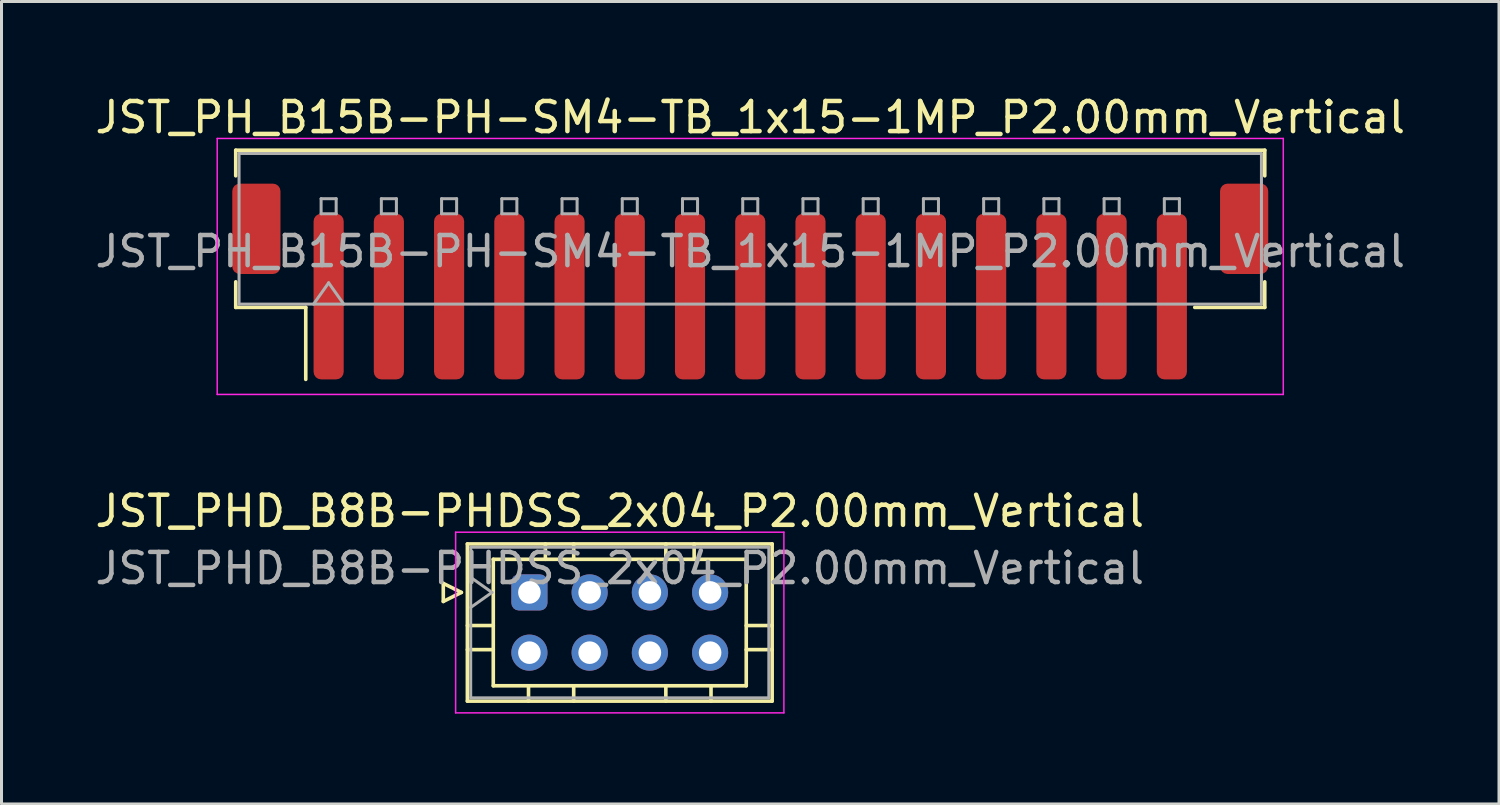
<source format=kicad_pcb>
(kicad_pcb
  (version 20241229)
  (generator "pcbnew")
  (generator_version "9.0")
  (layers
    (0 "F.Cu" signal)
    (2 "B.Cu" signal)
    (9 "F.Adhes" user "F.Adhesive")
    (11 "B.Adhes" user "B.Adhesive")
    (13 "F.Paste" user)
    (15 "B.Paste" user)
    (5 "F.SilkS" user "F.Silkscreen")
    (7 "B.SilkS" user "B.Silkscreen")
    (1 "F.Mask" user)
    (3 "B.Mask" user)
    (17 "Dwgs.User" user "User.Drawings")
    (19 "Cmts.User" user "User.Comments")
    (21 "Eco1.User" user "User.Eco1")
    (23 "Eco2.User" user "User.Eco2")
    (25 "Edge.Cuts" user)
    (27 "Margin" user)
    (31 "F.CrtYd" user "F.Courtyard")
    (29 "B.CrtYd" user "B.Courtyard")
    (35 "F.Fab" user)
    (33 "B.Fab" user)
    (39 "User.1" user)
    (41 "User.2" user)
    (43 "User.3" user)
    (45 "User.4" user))
  (footprint "JST_PH_B15B-PH-SM4-TB_1x15-1MP_P2.00mm_Vertical"
    (layer "F.Cu")
    (at 21.863 6.298)
    (property "Reference" "JST_PH_B15B-PH-SM4-TB_1x15-1MP_P2.00mm_Vertical" (at 0 -5.45 0) (layer "F.SilkS") (effects (font (size 1 1) (thickness 0.15))))
    (attr smd)
    (fp_line (start -17.085 -4.36) (end 17.085 -4.36) (stroke (width 0.12) (type solid)) (layer "F.SilkS"))
    (fp_line (start -17.085 -3.51) (end -17.085 -4.36) (stroke (width 0.12) (type solid)) (layer "F.SilkS"))
    (fp_line (start -17.085 0.01) (end -17.085 0.86) (stroke (width 0.12) (type solid)) (layer "F.SilkS"))
    (fp_line (start -17.085 0.86) (end -14.76 0.86) (stroke (width 0.12) (type solid)) (layer "F.SilkS"))
    (fp_line (start -14.76 0.86) (end -14.76 3.25) (stroke (width 0.12) (type solid)) (layer "F.SilkS"))
    (fp_line (start 17.085 -4.36) (end 17.085 -3.51) (stroke (width 0.12) (type solid)) (layer "F.SilkS"))
    (fp_line (start 17.085 0.01) (end 17.085 0.86) (stroke (width 0.12) (type solid)) (layer "F.SilkS"))
    (fp_line (start 17.085 0.86) (end 14.76 0.86) (stroke (width 0.12) (type solid)) (layer "F.SilkS"))
    (fp_line (start -17.7 -4.75) (end -17.7 3.75) (stroke (width 0.05) (type solid)) (layer "F.CrtYd"))
    (fp_line (start -17.7 3.75) (end 17.7 3.75) (stroke (width 0.05) (type solid)) (layer "F.CrtYd"))
    (fp_line (start 17.7 -4.75) (end -17.7 -4.75) (stroke (width 0.05) (type solid)) (layer "F.CrtYd"))
    (fp_line (start 17.7 3.75) (end 17.7 -4.75) (stroke (width 0.05) (type solid)) (layer "F.CrtYd"))
    (fp_line (start -16.975 -4.25) (end 16.975 -4.25) (stroke (width 0.1) (type solid)) (layer "F.Fab"))
    (fp_line (start -16.975 0.75) (end -16.975 -4.25) (stroke (width 0.1) (type solid)) (layer "F.Fab"))
    (fp_line (start -16.975 0.75) (end 16.975 0.75) (stroke (width 0.1) (type solid)) (layer "F.Fab"))
    (fp_line (start -14.5 0.75) (end -14 0.043) (stroke (width 0.1) (type solid)) (layer "F.Fab"))
    (fp_line (start -14.25 -2.75) (end -14.25 -2.25) (stroke (width 0.1) (type solid)) (layer "F.Fab"))
    (fp_line (start -14.25 -2.25) (end -13.75 -2.25) (stroke (width 0.1) (type solid)) (layer "F.Fab"))
    (fp_line (start -14 0.043) (end -13.5 0.75) (stroke (width 0.1) (type solid)) (layer "F.Fab"))
    (fp_line (start -13.75 -2.75) (end -14.25 -2.75) (stroke (width 0.1) (type solid)) (layer "F.Fab"))
    (fp_line (start -13.75 -2.25) (end -13.75 -2.75) (stroke (width 0.1) (type solid)) (layer "F.Fab"))
    (fp_line (start -12.25 -2.75) (end -12.25 -2.25) (stroke (width 0.1) (type solid)) (layer "F.Fab"))
    (fp_line (start -12.25 -2.25) (end -11.75 -2.25) (stroke (width 0.1) (type solid)) (layer "F.Fab"))
    (fp_line (start -11.75 -2.75) (end -12.25 -2.75) (stroke (width 0.1) (type solid)) (layer "F.Fab"))
    (fp_line (start -11.75 -2.25) (end -11.75 -2.75) (stroke (width 0.1) (type solid)) (layer "F.Fab"))
    (fp_line (start -10.25 -2.75) (end -10.25 -2.25) (stroke (width 0.1) (type solid)) (layer "F.Fab"))
    (fp_line (start -10.25 -2.25) (end -9.75 -2.25) (stroke (width 0.1) (type solid)) (layer "F.Fab"))
    (fp_line (start -9.75 -2.75) (end -10.25 -2.75) (stroke (width 0.1) (type solid)) (layer "F.Fab"))
    (fp_line (start -9.75 -2.25) (end -9.75 -2.75) (stroke (width 0.1) (type solid)) (layer "F.Fab"))
    (fp_line (start -8.25 -2.75) (end -8.25 -2.25) (stroke (width 0.1) (type solid)) (layer "F.Fab"))
    (fp_line (start -8.25 -2.25) (end -7.75 -2.25) (stroke (width 0.1) (type solid)) (layer "F.Fab"))
    (fp_line (start -7.75 -2.75) (end -8.25 -2.75) (stroke (width 0.1) (type solid)) (layer "F.Fab"))
    (fp_line (start -7.75 -2.25) (end -7.75 -2.75) (stroke (width 0.1) (type solid)) (layer "F.Fab"))
    (fp_line (start -6.25 -2.75) (end -6.25 -2.25) (stroke (width 0.1) (type solid)) (layer "F.Fab"))
    (fp_line (start -6.25 -2.25) (end -5.75 -2.25) (stroke (width 0.1) (type solid)) (layer "F.Fab"))
    (fp_line (start -5.75 -2.75) (end -6.25 -2.75) (stroke (width 0.1) (type solid)) (layer "F.Fab"))
    (fp_line (start -5.75 -2.25) (end -5.75 -2.75) (stroke (width 0.1) (type solid)) (layer "F.Fab"))
    (fp_line (start -4.25 -2.75) (end -4.25 -2.25) (stroke (width 0.1) (type solid)) (layer "F.Fab"))
    (fp_line (start -4.25 -2.25) (end -3.75 -2.25) (stroke (width 0.1) (type solid)) (layer "F.Fab"))
    (fp_line (start -3.75 -2.75) (end -4.25 -2.75) (stroke (width 0.1) (type solid)) (layer "F.Fab"))
    (fp_line (start -3.75 -2.25) (end -3.75 -2.75) (stroke (width 0.1) (type solid)) (layer "F.Fab"))
    (fp_line (start -2.25 -2.75) (end -2.25 -2.25) (stroke (width 0.1) (type solid)) (layer "F.Fab"))
    (fp_line (start -2.25 -2.25) (end -1.75 -2.25) (stroke (width 0.1) (type solid)) (layer "F.Fab"))
    (fp_line (start -1.75 -2.75) (end -2.25 -2.75) (stroke (width 0.1) (type solid)) (layer "F.Fab"))
    (fp_line (start -1.75 -2.25) (end -1.75 -2.75) (stroke (width 0.1) (type solid)) (layer "F.Fab"))
    (fp_line (start -0.25 -2.75) (end -0.25 -2.25) (stroke (width 0.1) (type solid)) (layer "F.Fab"))
    (fp_line (start -0.25 -2.25) (end 0.25 -2.25) (stroke (width 0.1) (type solid)) (layer "F.Fab"))
    (fp_line (start 0.25 -2.75) (end -0.25 -2.75) (stroke (width 0.1) (type solid)) (layer "F.Fab"))
    (fp_line (start 0.25 -2.25) (end 0.25 -2.75) (stroke (width 0.1) (type solid)) (layer "F.Fab"))
    (fp_line (start 1.75 -2.75) (end 1.75 -2.25) (stroke (width 0.1) (type solid)) (layer "F.Fab"))
    (fp_line (start 1.75 -2.25) (end 2.25 -2.25) (stroke (width 0.1) (type solid)) (layer "F.Fab"))
    (fp_line (start 2.25 -2.75) (end 1.75 -2.75) (stroke (width 0.1) (type solid)) (layer "F.Fab"))
    (fp_line (start 2.25 -2.25) (end 2.25 -2.75) (stroke (width 0.1) (type solid)) (layer "F.Fab"))
    (fp_line (start 3.75 -2.75) (end 3.75 -2.25) (stroke (width 0.1) (type solid)) (layer "F.Fab"))
    (fp_line (start 3.75 -2.25) (end 4.25 -2.25) (stroke (width 0.1) (type solid)) (layer "F.Fab"))
    (fp_line (start 4.25 -2.75) (end 3.75 -2.75) (stroke (width 0.1) (type solid)) (layer "F.Fab"))
    (fp_line (start 4.25 -2.25) (end 4.25 -2.75) (stroke (width 0.1) (type solid)) (layer "F.Fab"))
    (fp_line (start 5.75 -2.75) (end 5.75 -2.25) (stroke (width 0.1) (type solid)) (layer "F.Fab"))
    (fp_line (start 5.75 -2.25) (end 6.25 -2.25) (stroke (width 0.1) (type solid)) (layer "F.Fab"))
    (fp_line (start 6.25 -2.75) (end 5.75 -2.75) (stroke (width 0.1) (type solid)) (layer "F.Fab"))
    (fp_line (start 6.25 -2.25) (end 6.25 -2.75) (stroke (width 0.1) (type solid)) (layer "F.Fab"))
    (fp_line (start 7.75 -2.75) (end 7.75 -2.25) (stroke (width 0.1) (type solid)) (layer "F.Fab"))
    (fp_line (start 7.75 -2.25) (end 8.25 -2.25) (stroke (width 0.1) (type solid)) (layer "F.Fab"))
    (fp_line (start 8.25 -2.75) (end 7.75 -2.75) (stroke (width 0.1) (type solid)) (layer "F.Fab"))
    (fp_line (start 8.25 -2.25) (end 8.25 -2.75) (stroke (width 0.1) (type solid)) (layer "F.Fab"))
    (fp_line (start 9.75 -2.75) (end 9.75 -2.25) (stroke (width 0.1) (type solid)) (layer "F.Fab"))
    (fp_line (start 9.75 -2.25) (end 10.25 -2.25) (stroke (width 0.1) (type solid)) (layer "F.Fab"))
    (fp_line (start 10.25 -2.75) (end 9.75 -2.75) (stroke (width 0.1) (type solid)) (layer "F.Fab"))
    (fp_line (start 10.25 -2.25) (end 10.25 -2.75) (stroke (width 0.1) (type solid)) (layer "F.Fab"))
    (fp_line (start 11.75 -2.75) (end 11.75 -2.25) (stroke (width 0.1) (type solid)) (layer "F.Fab"))
    (fp_line (start 11.75 -2.25) (end 12.25 -2.25) (stroke (width 0.1) (type solid)) (layer "F.Fab"))
    (fp_line (start 12.25 -2.75) (end 11.75 -2.75) (stroke (width 0.1) (type solid)) (layer "F.Fab"))
    (fp_line (start 12.25 -2.25) (end 12.25 -2.75) (stroke (width 0.1) (type solid)) (layer "F.Fab"))
    (fp_line (start 13.75 -2.75) (end 13.75 -2.25) (stroke (width 0.1) (type solid)) (layer "F.Fab"))
    (fp_line (start 13.75 -2.25) (end 14.25 -2.25) (stroke (width 0.1) (type solid)) (layer "F.Fab"))
    (fp_line (start 14.25 -2.75) (end 13.75 -2.75) (stroke (width 0.1) (type solid)) (layer "F.Fab"))
    (fp_line (start 14.25 -2.25) (end 14.25 -2.75) (stroke (width 0.1) (type solid)) (layer "F.Fab"))
    (fp_line (start 16.975 0.75) (end 16.975 -4.25) (stroke (width 0.1) (type solid)) (layer "F.Fab"))
    (fp_text user "${REFERENCE}" (at 0 -1 0) (layer "F.Fab") (effects (font (size 1 1) (thickness 0.15))))
    (pad "1" smd roundrect (at -14 0.5) (size 1 5.5) (layers "F.Cu" "F.Mask" "F.Paste") (roundrect_rratio 0.25))
    (pad "2" smd roundrect (at -12 0.5) (size 1 5.5) (layers "F.Cu" "F.Mask" "F.Paste") (roundrect_rratio 0.25))
    (pad "3" smd roundrect (at -10 0.5) (size 1 5.5) (layers "F.Cu" "F.Mask" "F.Paste") (roundrect_rratio 0.25))
    (pad "4" smd roundrect (at -8 0.5) (size 1 5.5) (layers "F.Cu" "F.Mask" "F.Paste") (roundrect_rratio 0.25))
    (pad "5" smd roundrect (at -6 0.5) (size 1 5.5) (layers "F.Cu" "F.Mask" "F.Paste") (roundrect_rratio 0.25))
    (pad "6" smd roundrect (at -4 0.5) (size 1 5.5) (layers "F.Cu" "F.Mask" "F.Paste") (roundrect_rratio 0.25))
    (pad "7" smd roundrect (at -2 0.5) (size 1 5.5) (layers "F.Cu" "F.Mask" "F.Paste") (roundrect_rratio 0.25))
    (pad "8" smd roundrect (at 0 0.5) (size 1 5.5) (layers "F.Cu" "F.Mask" "F.Paste") (roundrect_rratio 0.25))
    (pad "9" smd roundrect (at 2 0.5) (size 1 5.5) (layers "F.Cu" "F.Mask" "F.Paste") (roundrect_rratio 0.25))
    (pad "10" smd roundrect (at 4 0.5) (size 1 5.5) (layers "F.Cu" "F.Mask" "F.Paste") (roundrect_rratio 0.25))
    (pad "11" smd roundrect (at 6 0.5) (size 1 5.5) (layers "F.Cu" "F.Mask" "F.Paste") (roundrect_rratio 0.25))
    (pad "12" smd roundrect (at 8 0.5) (size 1 5.5) (layers "F.Cu" "F.Mask" "F.Paste") (roundrect_rratio 0.25))
    (pad "13" smd roundrect (at 10 0.5) (size 1 5.5) (layers "F.Cu" "F.Mask" "F.Paste") (roundrect_rratio 0.25))
    (pad "14" smd roundrect (at 12 0.5) (size 1 5.5) (layers "F.Cu" "F.Mask" "F.Paste") (roundrect_rratio 0.25))
    (pad "15" smd roundrect (at 14 0.5) (size 1 5.5) (layers "F.Cu" "F.Mask" "F.Paste") (roundrect_rratio 0.25))
    (pad "MP" smd roundrect (at -16.4 -1.75) (size 1.6 3) (layers "F.Cu" "F.Mask" "F.Paste") (roundrect_rratio 0.156))
    (pad "MP" smd roundrect (at 16.4 -1.75) (size 1.6 3) (layers "F.Cu" "F.Mask" "F.Paste") (roundrect_rratio 0.156)))
  (footprint "JST_PHD_B8B-PHDSS_2x04_P2.00mm_Vertical"
    (layer "F.Cu")
    (at 14.53 16.622)
    (property "Reference" "JST_PHD_B8B-PHDSS_2x04_P2.00mm_Vertical" (at 3 -2.7 0) (layer "F.SilkS") (effects (font (size 1 1) (thickness 0.15))))
    (attr through_hole)
    (fp_line (start -2.86 -0.3) (end -2.26 0) (stroke (width 0.12) (type solid)) (layer "F.SilkS"))
    (fp_line (start -2.86 0.3) (end -2.86 -0.3) (stroke (width 0.12) (type solid)) (layer "F.SilkS"))
    (fp_line (start -2.26 0) (end -2.86 0.3) (stroke (width 0.12) (type solid)) (layer "F.SilkS"))
    (fp_line (start -2.06 -1.61) (end -2.06 3.61) (stroke (width 0.12) (type solid)) (layer "F.SilkS"))
    (fp_line (start -2.06 1.1) (end -1.2 1.1) (stroke (width 0.12) (type solid)) (layer "F.SilkS"))
    (fp_line (start -2.06 1.9) (end -1.2 1.9) (stroke (width 0.12) (type solid)) (layer "F.SilkS"))
    (fp_line (start -2.06 3.61) (end 8.06 3.61) (stroke (width 0.12) (type solid)) (layer "F.SilkS"))
    (fp_line (start -1.2 -1.1) (end -1.2 3.1) (stroke (width 0.12) (type solid)) (layer "F.SilkS"))
    (fp_line (start -1.2 3.1) (end 7.2 3.1) (stroke (width 0.12) (type solid)) (layer "F.SilkS"))
    (fp_line (start -0.03 3.61) (end -0.03 3.1) (stroke (width 0.12) (type solid)) (layer "F.SilkS"))
    (fp_line (start 0.53 -1.61) (end 0.53 -1.1) (stroke (width 0.12) (type solid)) (layer "F.SilkS"))
    (fp_line (start 1.47 -1.61) (end 1.47 -1.1) (stroke (width 0.12) (type solid)) (layer "F.SilkS"))
    (fp_line (start 1.47 3.61) (end 1.47 3.1) (stroke (width 0.12) (type solid)) (layer "F.SilkS"))
    (fp_line (start 4.53 -1.61) (end 4.53 -1.1) (stroke (width 0.12) (type solid)) (layer "F.SilkS"))
    (fp_line (start 4.53 3.61) (end 4.53 3.1) (stroke (width 0.12) (type solid)) (layer "F.SilkS"))
    (fp_line (start 5.47 -1.61) (end 5.47 -1.1) (stroke (width 0.12) (type solid)) (layer "F.SilkS"))
    (fp_line (start 6.03 3.61) (end 6.03 3.1) (stroke (width 0.12) (type solid)) (layer "F.SilkS"))
    (fp_line (start 7.2 -1.1) (end -1.2 -1.1) (stroke (width 0.12) (type solid)) (layer "F.SilkS"))
    (fp_line (start 7.2 3.1) (end 7.2 -1.1) (stroke (width 0.12) (type solid)) (layer "F.SilkS"))
    (fp_line (start 8.06 -1.61) (end -2.06 -1.61) (stroke (width 0.12) (type solid)) (layer "F.SilkS"))
    (fp_line (start 8.06 1.1) (end 7.2 1.1) (stroke (width 0.12) (type solid)) (layer "F.SilkS"))
    (fp_line (start 8.06 1.9) (end 7.2 1.9) (stroke (width 0.12) (type solid)) (layer "F.SilkS"))
    (fp_line (start 8.06 3.61) (end 8.06 -1.61) (stroke (width 0.12) (type solid)) (layer "F.SilkS"))
    (fp_line (start -2.45 -2) (end -2.45 4) (stroke (width 0.05) (type solid)) (layer "F.CrtYd"))
    (fp_line (start -2.45 4) (end 8.45 4) (stroke (width 0.05) (type solid)) (layer "F.CrtYd"))
    (fp_line (start 8.45 -2) (end -2.45 -2) (stroke (width 0.05) (type solid)) (layer "F.CrtYd"))
    (fp_line (start 8.45 4) (end 8.45 -2) (stroke (width 0.05) (type solid)) (layer "F.CrtYd"))
    (fp_line (start -1.95 -1.5) (end -1.95 3.5) (stroke (width 0.1) (type solid)) (layer "F.Fab"))
    (fp_line (start -1.95 0.5) (end -1.243 0) (stroke (width 0.1) (type solid)) (layer "F.Fab"))
    (fp_line (start -1.95 3.5) (end 7.95 3.5) (stroke (width 0.1) (type solid)) (layer "F.Fab"))
    (fp_line (start -1.243 0) (end -1.95 -0.5) (stroke (width 0.1) (type solid)) (layer "F.Fab"))
    (fp_line (start 7.95 -1.5) (end -1.95 -1.5) (stroke (width 0.1) (type solid)) (layer "F.Fab"))
    (fp_line (start 7.95 3.5) (end 7.95 -1.5) (stroke (width 0.1) (type solid)) (layer "F.Fab"))
    (fp_text user "${REFERENCE}" (at 3 -0.8 0) (layer "F.Fab") (effects (font (size 1 1) (thickness 0.15))))
    (pad "1" thru_hole roundrect (at 0 0) (size 1.2 1.2) (drill 0.75) (layers "*.Cu" "*.Mask") (roundrect_rratio 0.208))
    (pad "2" thru_hole circle (at 0 2) (size 1.2 1.2) (drill 0.75) (layers "*.Cu" "*.Mask"))
    (pad "3" thru_hole circle (at 2 0) (size 1.2 1.2) (drill 0.75) (layers "*.Cu" "*.Mask"))
    (pad "4" thru_hole circle (at 2 2) (size 1.2 1.2) (drill 0.75) (layers "*.Cu" "*.Mask"))
    (pad "5" thru_hole circle (at 4 0) (size 1.2 1.2) (drill 0.75) (layers "*.Cu" "*.Mask"))
    (pad "6" thru_hole circle (at 4 2) (size 1.2 1.2) (drill 0.75) (layers "*.Cu" "*.Mask"))
    (pad "7" thru_hole circle (at 6 0) (size 1.2 1.2) (drill 0.75) (layers "*.Cu" "*.Mask"))
    (pad "8" thru_hole circle (at 6 2) (size 1.2 1.2) (drill 0.75) (layers "*.Cu" "*.Mask")))
  (gr_rect
    (start -3 -3)
    (end 46.726 23.646)
    (stroke (width 0.1) (type default))
    (fill no)
    (layer "Edge.Cuts")))
</source>
